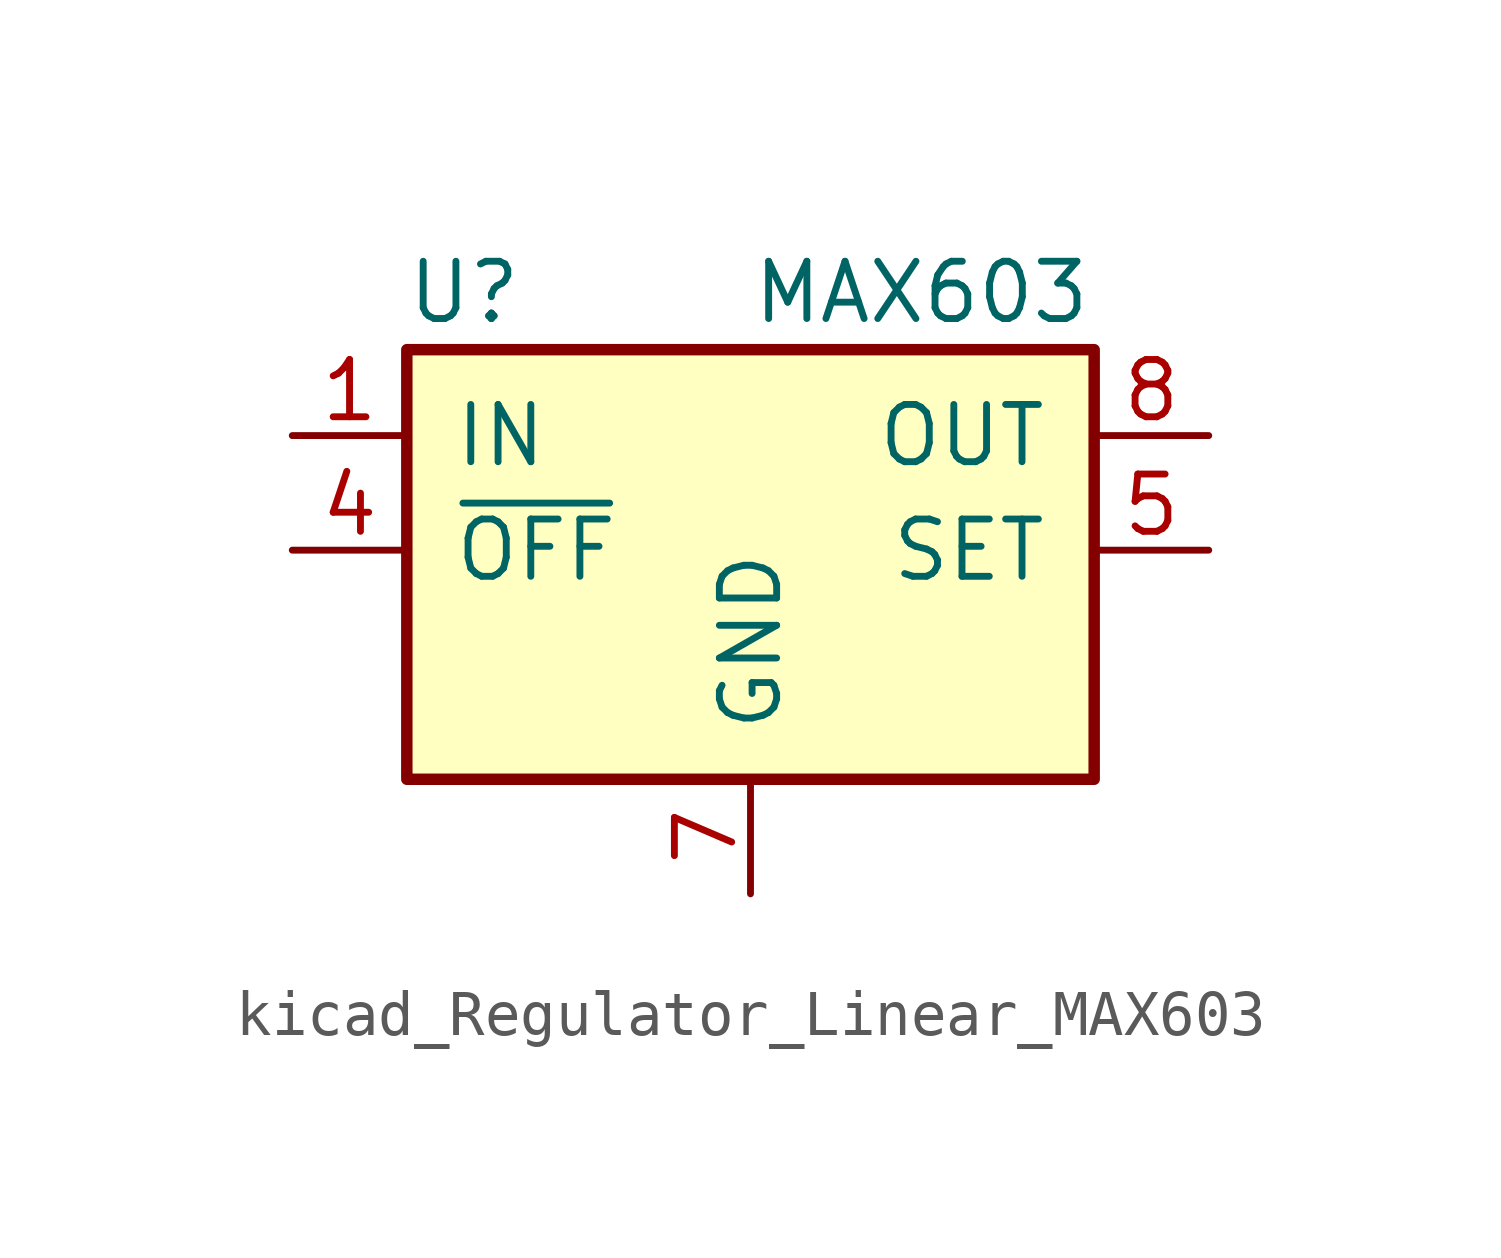
<source format=kicad_sym>
(kicad_symbol_lib
  (version 20220914)
  (generator kicad_symbol_editor)
  (symbol "kicad_Regulator_Linear_MAX603"
    (pin_names
      (offset 1.016))
    (property "Reference" "U"
      (at -6.35 5.715 0)
      (effects (font (size 1.27 1.27))))
    (property "Value" "MAX603"
      (at 0 5.715 0)
      (effects (font (size 1.27 1.27)) (justify left)))
    (symbol "kicad_Regulator_Linear_MAX603_0_1"
      (rectangle (start -7.62 4.445) (end 7.62 -5.08) (stroke (width 0.254) (type default)) (fill (type background))))
    (symbol "kicad_Regulator_Linear_MAX603_1_1"
      (pin power_in line (at -10.16 2.54 0) (length 2.54) (name "IN" (effects (font (size 1.27 1.27)))) (number "1" (effects (font (size 1.27 1.27)))))
      (pin passive line (at 0 -7.62 90) (length 2.54) hide (name "GND" (effects (font (size 1.27 1.27)))) (number "2" (effects (font (size 1.27 1.27)))))
      (pin passive line (at 0 -7.62 90) (length 2.54) hide (name "GND" (effects (font (size 1.27 1.27)))) (number "3" (effects (font (size 1.27 1.27)))))
      (pin input line (at -10.16 0 0) (length 2.54) (name "~{OFF}" (effects (font (size 1.27 1.27)))) (number "4" (effects (font (size 1.27 1.27)))))
      (pin passive line (at 10.16 0 180) (length 2.54) (name "SET" (effects (font (size 1.27 1.27)))) (number "5" (effects (font (size 1.27 1.27)))))
      (pin passive line (at 0 -7.62 90) (length 2.54) hide (name "GND" (effects (font (size 1.27 1.27)))) (number "6" (effects (font (size 1.27 1.27)))))
      (pin power_in line (at 0 -7.62 90) (length 2.54) (name "GND" (effects (font (size 1.27 1.27)))) (number "7" (effects (font (size 1.27 1.27)))))
      (pin power_out line (at 10.16 2.54 180) (length 2.54) (name "OUT" (effects (font (size 1.27 1.27)))) (number "8" (effects (font (size 1.27 1.27))))))))
</source>
